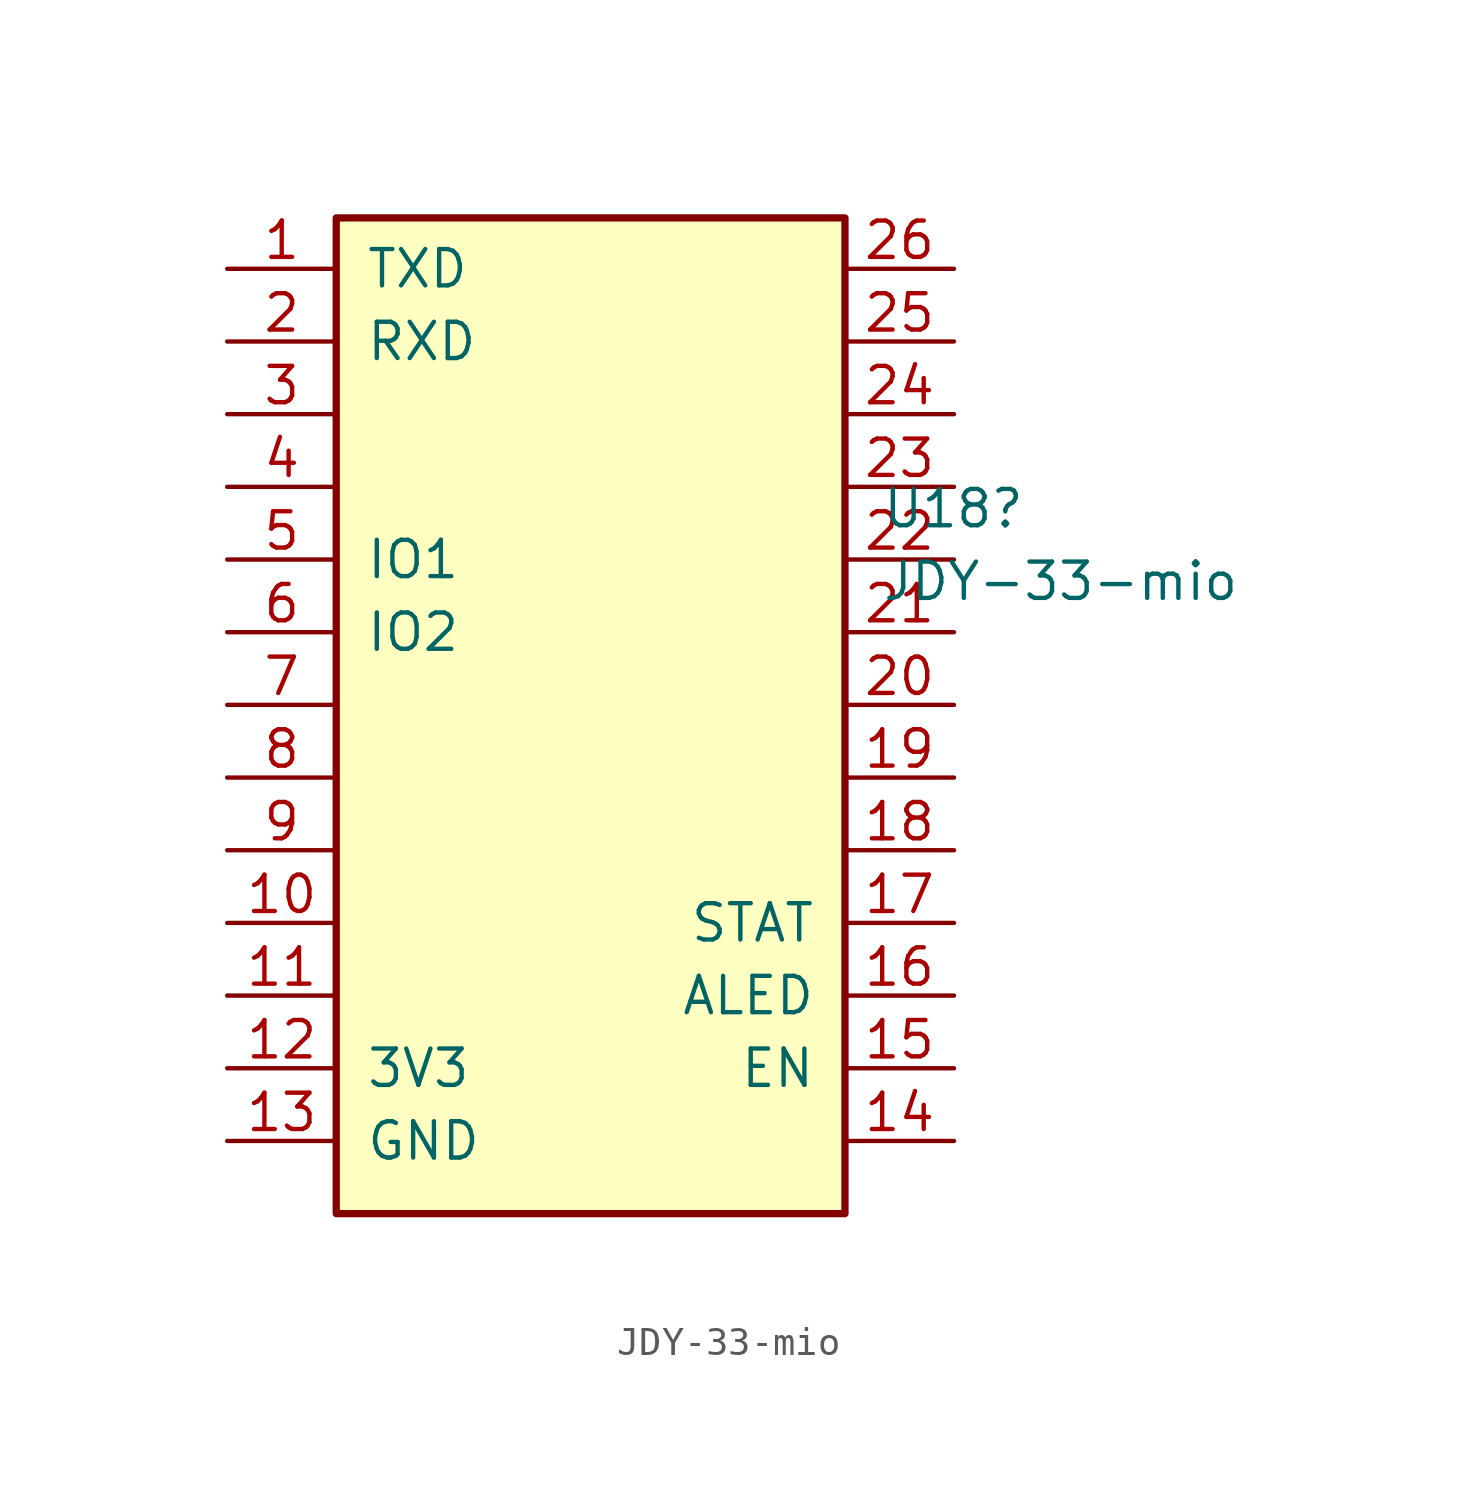
<source format=kicad_sym>
(kicad_symbol_lib
  (version 20231120)
  (generator "kicad_symbol_editor")
  (generator_version "8.0")
  (symbol "JDY-33-mio"
    (pin_names
      (offset 1.016))
    (property "Reference" "U18"
      (at 19.05 1.778 0)
      (effects (font (size 1.27 1.27)) (justify left)))
    (property "Value" "JDY-33-mio"
      (at 19.05 -0.762 0)
      (effects (font (size 1.27 1.27)) (justify left)))
    (symbol "JDY-33-mio_0_1"
      (rectangle (start 0 11.938) (end 17.78 -22.86) (stroke (width 0.254) (type default)) (fill (type background))))
    (symbol "JDY-33-mio_1_1"
      (pin output line (at -3.81 10.16 0) (length 3.81) (name "TXD" (effects (font (size 1.27 1.27)))) (number "1" (effects (font (size 1.27 1.27)))))
      (pin passive line (at -3.81 -12.7 0) (length 3.81) (name "" (effects (font (size 1.27 1.27)))) (number "10" (effects (font (size 1.27 1.27)))))
      (pin passive line (at -3.81 -15.24 0) (length 3.81) (name "" (effects (font (size 1.27 1.27)))) (number "11" (effects (font (size 1.27 1.27)))))
      (pin power_in line (at -3.81 -17.78 0) (length 3.81) (name "3V3" (effects (font (size 1.27 1.27)))) (number "12" (effects (font (size 1.27 1.27)))))
      (pin power_in line (at -3.81 -20.32 0) (length 3.81) (name "GND" (effects (font (size 1.27 1.27)))) (number "13" (effects (font (size 1.27 1.27)))))
      (pin passive line (at 21.59 -20.32 180) (length 3.81) (name "" (effects (font (size 1.27 1.27)))) (number "14" (effects (font (size 1.27 1.27)))))
      (pin passive line (at 21.59 -17.78 180) (length 3.81) (name "EN" (effects (font (size 1.27 1.27)))) (number "15" (effects (font (size 1.27 1.27)))))
      (pin passive line (at 21.59 -15.24 180) (length 3.81) (name "ALED" (effects (font (size 1.27 1.27)))) (number "16" (effects (font (size 1.27 1.27)))))
      (pin passive line (at 21.59 -12.7 180) (length 3.81) (name "STAT" (effects (font (size 1.27 1.27)))) (number "17" (effects (font (size 1.27 1.27)))))
      (pin passive line (at 21.59 -10.16 180) (length 3.81) (name "" (effects (font (size 1.27 1.27)))) (number "18" (effects (font (size 1.27 1.27)))))
      (pin passive line (at 21.59 -7.62 180) (length 3.81) (name "" (effects (font (size 1.27 1.27)))) (number "19" (effects (font (size 1.27 1.27)))))
      (pin input line (at -3.81 7.62 0) (length 3.81) (name "RXD" (effects (font (size 1.27 1.27)))) (number "2" (effects (font (size 1.27 1.27)))))
      (pin input line (at 21.59 -5.08 180) (length 3.81) (name "" (effects (font (size 1.27 1.27)))) (number "20" (effects (font (size 1.27 1.27)))))
      (pin input line (at 21.59 -2.54 180) (length 3.81) (name "" (effects (font (size 1.27 1.27)))) (number "21" (effects (font (size 1.27 1.27)))))
      (pin passive line (at 21.59 0 180) (length 3.81) (name "" (effects (font (size 1.27 1.27)))) (number "22" (effects (font (size 1.27 1.27)))))
      (pin passive line (at 21.59 2.54 180) (length 3.81) (name "" (effects (font (size 1.27 1.27)))) (number "23" (effects (font (size 1.27 1.27)))))
      (pin passive line (at 21.59 5.08 180) (length 3.81) (name "" (effects (font (size 1.27 1.27)))) (number "24" (effects (font (size 1.27 1.27)))))
      (pin passive line (at 21.59 7.62 180) (length 3.81) (name "" (effects (font (size 1.27 1.27)))) (number "25" (effects (font (size 1.27 1.27)))))
      (pin passive line (at 21.59 10.16 180) (length 3.81) (name "" (effects (font (size 1.27 1.27)))) (number "26" (effects (font (size 1.27 1.27)))))
      (pin passive line (at -3.81 5.08 0) (length 3.81) (name "" (effects (font (size 1.27 1.27)))) (number "3" (effects (font (size 1.27 1.27)))))
      (pin passive line (at -3.81 2.54 0) (length 3.81) (name "" (effects (font (size 1.27 1.27)))) (number "4" (effects (font (size 1.27 1.27)))))
      (pin passive line (at -3.81 0 0) (length 3.81) (name "IO1" (effects (font (size 1.27 1.27)))) (number "5" (effects (font (size 1.27 1.27)))))
      (pin passive line (at -3.81 -2.54 0) (length 3.81) (name "IO2" (effects (font (size 1.27 1.27)))) (number "6" (effects (font (size 1.27 1.27)))))
      (pin passive line (at -3.81 -5.08 0) (length 3.81) (name "" (effects (font (size 1.27 1.27)))) (number "7" (effects (font (size 1.27 1.27)))))
      (pin passive line (at -3.81 -7.62 0) (length 3.81) (name "" (effects (font (size 1.27 1.27)))) (number "8" (effects (font (size 1.27 1.27)))))
      (pin passive line (at -3.81 -10.16 0) (length 3.81) (name "" (effects (font (size 1.27 1.27)))) (number "9" (effects (font (size 1.27 1.27))))))))
</source>
